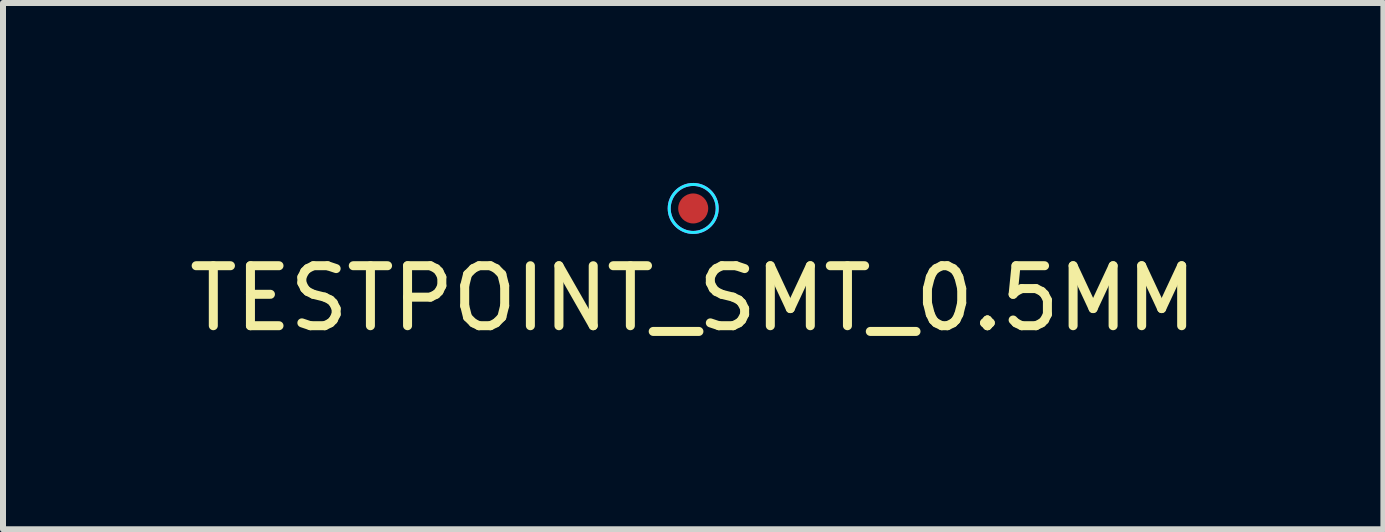
<source format=kicad_pcb>
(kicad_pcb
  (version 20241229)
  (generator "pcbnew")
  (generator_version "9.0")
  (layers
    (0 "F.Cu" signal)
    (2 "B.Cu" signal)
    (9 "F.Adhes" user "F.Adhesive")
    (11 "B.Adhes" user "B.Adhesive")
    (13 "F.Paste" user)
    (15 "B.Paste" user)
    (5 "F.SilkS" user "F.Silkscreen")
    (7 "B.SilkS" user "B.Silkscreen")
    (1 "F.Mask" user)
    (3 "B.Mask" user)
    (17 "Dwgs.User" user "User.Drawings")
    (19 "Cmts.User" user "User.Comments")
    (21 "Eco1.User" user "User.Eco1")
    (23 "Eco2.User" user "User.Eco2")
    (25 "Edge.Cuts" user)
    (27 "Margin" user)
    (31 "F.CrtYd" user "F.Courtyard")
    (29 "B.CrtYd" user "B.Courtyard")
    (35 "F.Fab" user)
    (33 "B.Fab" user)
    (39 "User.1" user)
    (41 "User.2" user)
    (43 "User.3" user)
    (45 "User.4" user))
  (footprint "TESTPOINT_SMT_0.5MM"
    (layer "F.Cu")
    (at 8.506 0.425)
    (property "Reference" "TESTPOINT_SMT_0.5MM" (at 0 1.5 0) (layer "F.SilkS") (effects (font (size 1 1) (thickness 0.15))))
    (attr smd exclude_from_pos_files exclude_from_bom)
    (fp_circle (center 0 0) (end 0.4 0) (stroke (width 0.05) (type solid)) (fill no) (layer "B.CrtYd"))
    (fp_circle (center 0 0) (end 0.4 0) (stroke (width 0.05) (type solid)) (fill no) (layer "F.CrtYd"))
    (pad "1" smd circle (at 0 0) (size 0.5 0.5) (layers "F.Cu" "F.Mask")))
  (gr_rect
    (start -3 -3)
    (end 20.012 5.773)
    (stroke (width 0.1) (type default))
    (fill no)
    (layer "Edge.Cuts")))
</source>
